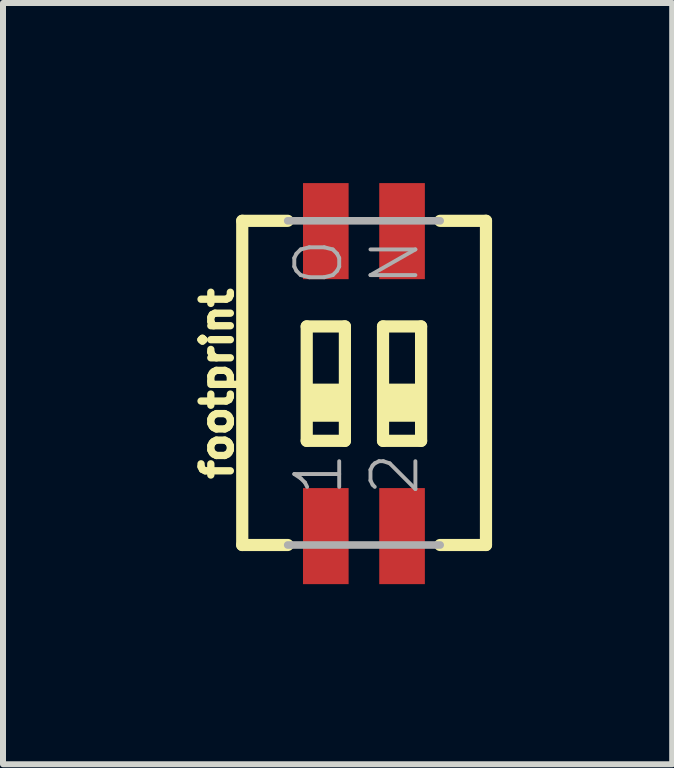
<source format=kicad_pcb>
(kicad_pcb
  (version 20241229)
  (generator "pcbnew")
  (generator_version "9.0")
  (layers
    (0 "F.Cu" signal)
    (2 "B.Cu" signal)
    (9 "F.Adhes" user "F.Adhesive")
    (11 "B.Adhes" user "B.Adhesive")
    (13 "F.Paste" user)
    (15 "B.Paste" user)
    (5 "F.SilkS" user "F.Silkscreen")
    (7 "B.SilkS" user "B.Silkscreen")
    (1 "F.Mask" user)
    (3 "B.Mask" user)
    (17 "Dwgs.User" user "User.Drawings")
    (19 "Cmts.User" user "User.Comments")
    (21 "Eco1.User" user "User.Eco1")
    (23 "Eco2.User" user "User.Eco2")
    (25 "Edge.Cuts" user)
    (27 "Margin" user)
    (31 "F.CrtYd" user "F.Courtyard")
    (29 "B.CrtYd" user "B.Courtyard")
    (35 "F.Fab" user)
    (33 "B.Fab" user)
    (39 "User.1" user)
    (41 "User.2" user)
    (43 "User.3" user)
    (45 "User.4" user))
  (footprint "footprint"
    (layer "F.Cu")
    (at 2.377 3.34)
    (property "Reference" "footprint" (at -1.524 0 90) (layer "F.SilkS") (effects (font (size 0.488 0.488) (thickness 0.122)) (justify bottom)))
    (fp_line (start -1.392 -2.712) (end -1.392 2.688) (stroke (width 0.203) (type solid)) (layer "F.SilkS"))
    (fp_line (start -1.392 2.688) (end -0.635 2.688) (stroke (width 0.203) (type solid)) (layer "F.SilkS"))
    (fp_line (start -0.635 -2.712) (end -1.392 -2.712) (stroke (width 0.203) (type solid)) (layer "F.SilkS"))
    (fp_line (start -0.318 -0.953) (end 0.318 -0.953) (stroke (width 0.203) (type solid)) (layer "F.SilkS"))
    (fp_line (start -0.318 0.953) (end -0.318 -0.953) (stroke (width 0.203) (type solid)) (layer "F.SilkS"))
    (fp_line (start 0.318 -0.953) (end 0.318 0.953) (stroke (width 0.203) (type solid)) (layer "F.SilkS"))
    (fp_line (start 0.318 0.953) (end -0.318 0.953) (stroke (width 0.203) (type solid)) (layer "F.SilkS"))
    (fp_line (start 0.953 -0.953) (end 1.587 -0.953) (stroke (width 0.203) (type solid)) (layer "F.SilkS"))
    (fp_line (start 0.953 0.953) (end 0.953 -0.953) (stroke (width 0.203) (type solid)) (layer "F.SilkS"))
    (fp_line (start 1.587 -0.953) (end 1.587 0.953) (stroke (width 0.203) (type solid)) (layer "F.SilkS"))
    (fp_line (start 1.587 0.953) (end 0.953 0.953) (stroke (width 0.203) (type solid)) (layer "F.SilkS"))
    (fp_line (start 1.905 2.688) (end 2.668 2.688) (stroke (width 0.203) (type solid)) (layer "F.SilkS"))
    (fp_line (start 2.668 -2.712) (end 1.905 -2.712) (stroke (width 0.203) (type solid)) (layer "F.SilkS"))
    (fp_line (start 2.668 2.688) (end 2.668 -2.712) (stroke (width 0.203) (type solid)) (layer "F.SilkS"))
    (fp_poly (pts (xy -0.318 0.635) (xy 0.318 0.635) (xy 0.318 0) (xy -0.318 0)) (stroke (width 0) (type solid)) (fill yes) (layer "F.SilkS"))
    (fp_poly (pts (xy 0.953 0.635) (xy 1.587 0.635) (xy 1.587 0) (xy 0.953 0)) (stroke (width 0) (type solid)) (fill yes) (layer "F.SilkS"))
    (fp_line (start -0.635 2.688) (end 1.905 2.688) (stroke (width 0.127) (type solid)) (layer "F.Fab"))
    (fp_line (start 1.905 -2.712) (end -0.635 -2.712) (stroke (width 0.127) (type solid)) (layer "F.Fab"))
    (fp_text user "N" (at 1.587 -1.587 90) (layer "F.Fab") (effects (font (size 0.748 0.748) (thickness 0.065)) (justify left bottom)))
    (fp_text user "O" (at 0.318 -1.587 90) (layer "F.Fab") (effects (font (size 0.748 0.748) (thickness 0.065)) (justify left bottom)))
    (fp_text user "2" (at 1.587 1.905 90) (layer "F.Fab") (effects (font (size 0.748 0.748) (thickness 0.065)) (justify left bottom)))
    (fp_text user "1" (at 0.318 1.905 90) (layer "F.Fab") (effects (font (size 0.748 0.748) (thickness 0.065)) (justify left bottom)))
    (pad "1" smd rect (at 0 2.54) (size 0.76 1.6) (layers "F.Cu" "F.Mask" "F.Paste"))
    (pad "2" smd rect (at 1.27 2.54) (size 0.76 1.6) (layers "F.Cu" "F.Mask" "F.Paste"))
    (pad "3" smd rect (at 1.27 -2.54) (size 0.76 1.6) (layers "F.Cu" "F.Mask" "F.Paste"))
    (pad "4" smd rect (at 0 -2.54) (size 0.76 1.6) (layers "F.Cu" "F.Mask" "F.Paste")))
  (gr_rect
    (start -3 -3)
    (end 8.147 9.68)
    (stroke (width 0.1) (type default))
    (fill no)
    (layer "Edge.Cuts")))
</source>
